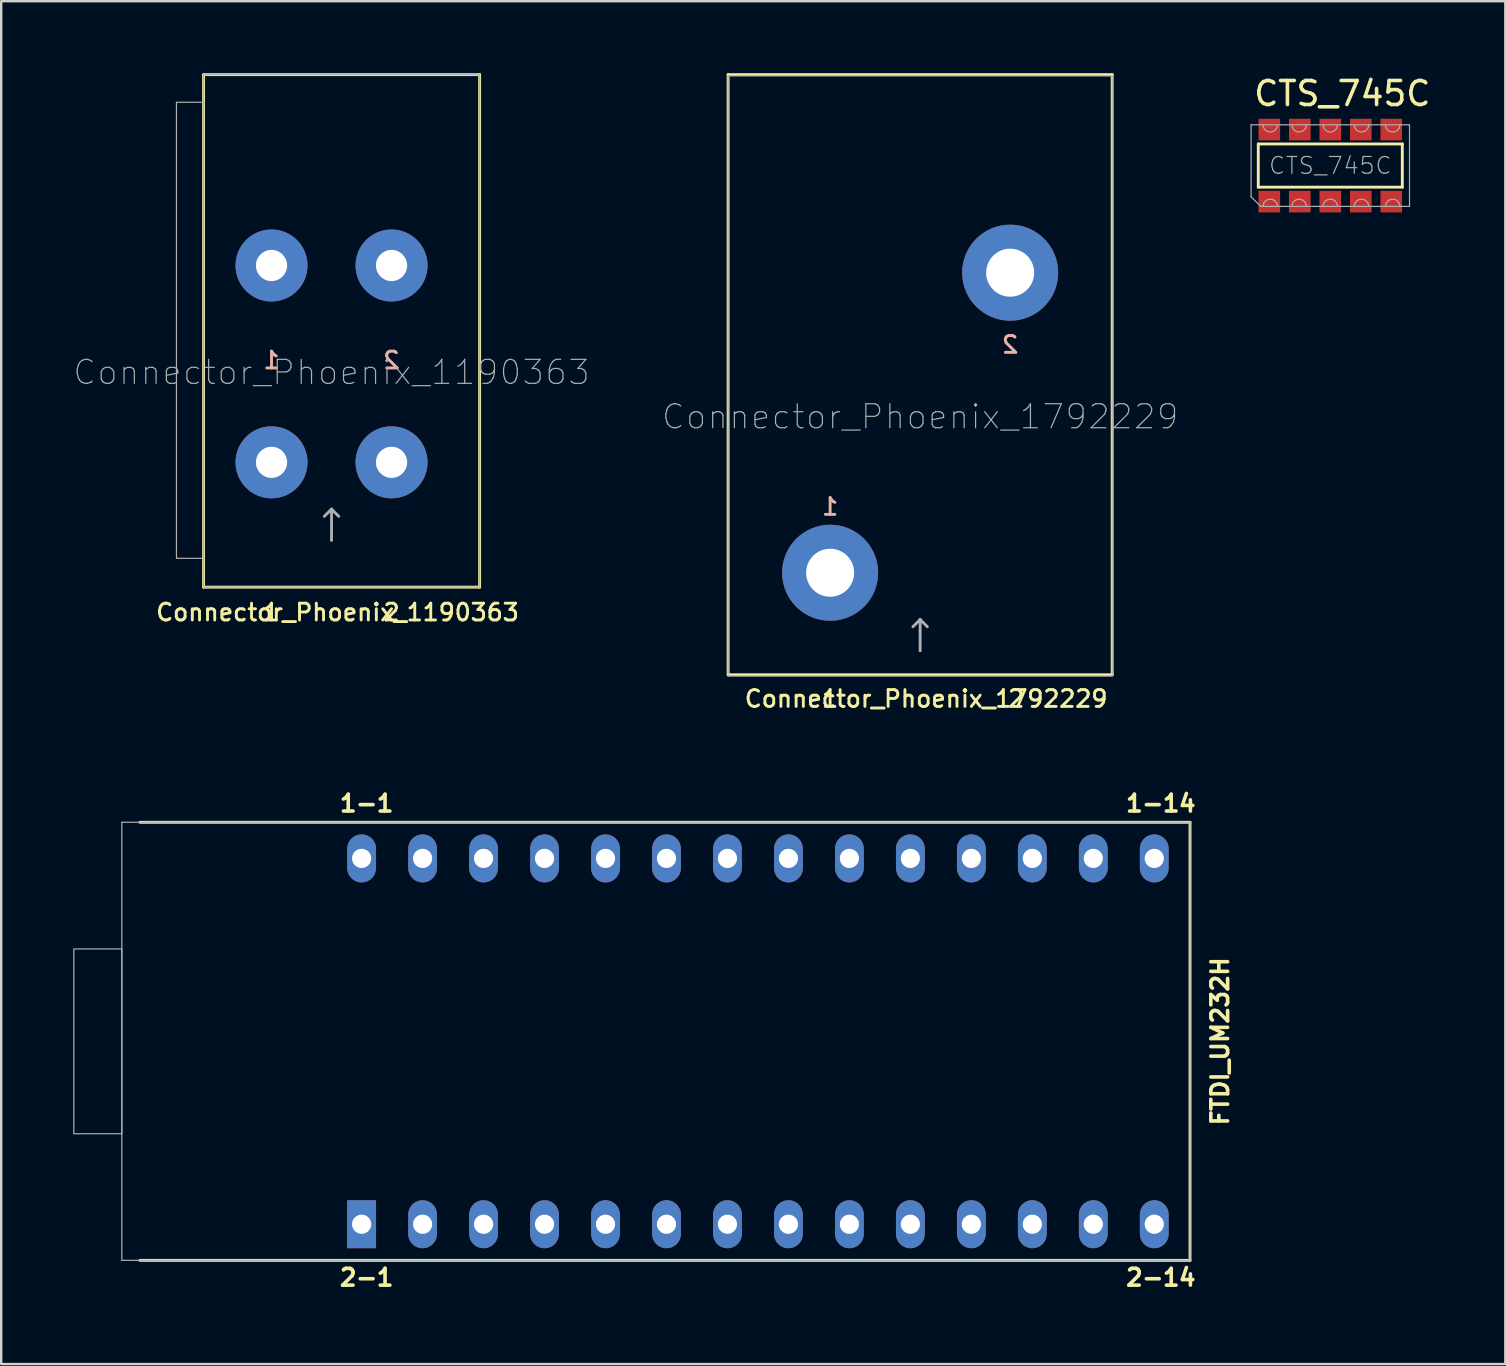
<source format=kicad_pcb>
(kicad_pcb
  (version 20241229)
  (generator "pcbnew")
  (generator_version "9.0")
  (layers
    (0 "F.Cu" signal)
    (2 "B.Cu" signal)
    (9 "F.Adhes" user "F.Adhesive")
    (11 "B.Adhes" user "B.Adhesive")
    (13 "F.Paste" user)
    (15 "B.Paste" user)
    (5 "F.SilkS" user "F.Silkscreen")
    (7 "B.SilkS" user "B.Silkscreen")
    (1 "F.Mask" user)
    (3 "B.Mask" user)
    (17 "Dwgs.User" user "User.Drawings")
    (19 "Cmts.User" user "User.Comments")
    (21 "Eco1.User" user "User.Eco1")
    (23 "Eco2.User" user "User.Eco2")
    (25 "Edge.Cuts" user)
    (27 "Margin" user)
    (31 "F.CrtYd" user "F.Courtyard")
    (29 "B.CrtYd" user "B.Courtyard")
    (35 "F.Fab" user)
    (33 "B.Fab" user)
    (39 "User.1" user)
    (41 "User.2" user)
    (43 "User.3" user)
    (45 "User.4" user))
  (footprint "Connector_Phoenix_1190363"
    (layer "F.Cu")
    (at 10.761 16.21)
    (property "Reference" "Connector_Phoenix_1190363" (at 0.25 6.25 0) (layer "F.SilkS") (effects (font (size 0.7 0.7) (thickness 0.12))))
    (attr through_hole)
    (fp_line (start -5.33 -16.15) (end 6.17 -16.15) (stroke (width 0.12) (type solid)) (layer "F.SilkS"))
    (fp_line (start -5.33 5.2) (end -5.33 -16.15) (stroke (width 0.12) (type solid)) (layer "F.SilkS"))
    (fp_line (start 6.17 -16.15) (end 6.17 5.2) (stroke (width 0.12) (type solid)) (layer "F.SilkS"))
    (fp_line (start 6.17 5.2) (end -5.33 5.2) (stroke (width 0.12) (type solid)) (layer "F.SilkS"))
    (fp_line (start -5.33 -16.15) (end 6.17 -16.15) (stroke (width 0.05) (type solid)) (layer "F.Fab"))
    (fp_line (start -5.33 5.2) (end -5.33 -16.15) (stroke (width 0.05) (type solid)) (layer "F.Fab"))
    (fp_line (start -5.33 5.2) (end 6.17 5.2) (stroke (width 0.05) (type solid)) (layer "F.Fab"))
    (fp_line (start 0 1.95) (end -0.3 2.25) (stroke (width 0.12) (type solid)) (layer "F.Fab"))
    (fp_line (start 0 1.95) (end 0.3 2.25) (stroke (width 0.12) (type solid)) (layer "F.Fab"))
    (fp_line (start 0 3.25) (end 0 1.95) (stroke (width 0.12) (type solid)) (layer "F.Fab"))
    (fp_line (start 6.17 5.2) (end 6.17 -16.15) (stroke (width 0.05) (type solid)) (layer "F.Fab"))
    (fp_rect (start -6.46 -15) (end -5.33 4) (stroke (width 0.05) (type default)) (fill no) (layer "F.Fab"))
    (fp_text user "1" (at -2.5 6.25 0) (layer "F.SilkS") (effects (font (size 0.7 0.7) (thickness 0.12))))
    (fp_text user "2" (at 2.5 6.25 0) (layer "F.SilkS") (effects (font (size 0.7 0.7) (thickness 0.12))))
    (fp_text user "1" (at -2.5 -4.25 0) (layer "B.SilkS") (effects (font (size 0.7 0.7) (thickness 0.12)) (justify mirror)))
    (fp_text user "2" (at 2.5 -4.25 0) (layer "B.SilkS") (effects (font (size 0.7 0.7) (thickness 0.12)) (justify mirror)))
    (fp_text user "${REFERENCE}" (at 0 -3.75 0) (layer "F.Fab") (effects (font (size 1 1) (thickness 0.05))))
    (pad "1" thru_hole circle (at -2.5 -8.2) (size 3 3) (drill 1.3) (layers "*.Cu" "*.Mask"))
    (pad "1" thru_hole circle (at -2.5 0) (size 3 3) (drill 1.3) (layers "*.Cu" "*.Mask"))
    (pad "2" thru_hole circle (at 2.5 -8.2) (size 3 3) (drill 1.3) (layers "*.Cu" "*.Mask"))
    (pad "2" thru_hole circle (at 2.5 0) (size 3 3) (drill 1.3) (layers "*.Cu" "*.Mask")))
  (footprint "Connector_Phoenix_1792229"
    (layer "F.Cu")
    (at 35.282 20.81)
    (property "Reference" "Connector_Phoenix_1792229" (at 0.25 5.25 0) (layer "F.SilkS") (effects (font (size 0.7 0.7) (thickness 0.12))))
    (attr through_hole)
    (fp_line (start -8 -20.75) (end 8 -20.75) (stroke (width 0.12) (type solid)) (layer "F.SilkS"))
    (fp_line (start -8 4.25) (end -8 -20.75) (stroke (width 0.12) (type solid)) (layer "F.SilkS"))
    (fp_line (start 8 -20.75) (end 8 4.25) (stroke (width 0.12) (type solid)) (layer "F.SilkS"))
    (fp_line (start 8 4.25) (end -8 4.25) (stroke (width 0.12) (type solid)) (layer "F.SilkS"))
    (fp_line (start -8 -20.7) (end 8 -20.7) (stroke (width 0.05) (type solid)) (layer "F.Fab"))
    (fp_line (start -8 4.3) (end -8 -20.7) (stroke (width 0.05) (type solid)) (layer "F.Fab"))
    (fp_line (start -8 4.3) (end 8 4.3) (stroke (width 0.05) (type solid)) (layer "F.Fab"))
    (fp_line (start 0 1.95) (end -0.3 2.25) (stroke (width 0.12) (type solid)) (layer "F.Fab"))
    (fp_line (start 0 1.95) (end 0.3 2.25) (stroke (width 0.12) (type solid)) (layer "F.Fab"))
    (fp_line (start 0 3.25) (end 0 1.95) (stroke (width 0.12) (type solid)) (layer "F.Fab"))
    (fp_line (start 8 4.3) (end 8 -20.7) (stroke (width 0.05) (type solid)) (layer "F.Fab"))
    (fp_text user "1" (at -3.75 5.25 0) (layer "F.SilkS") (effects (font (size 0.7 0.7) (thickness 0.12))))
    (fp_text user "2" (at 4 5.25 0) (layer "F.SilkS") (effects (font (size 0.7 0.7) (thickness 0.12))))
    (fp_text user "1" (at -3.75 -2.75 0) (layer "B.SilkS") (effects (font (size 0.7 0.7) (thickness 0.12)) (justify mirror)))
    (fp_text user "2" (at 3.75 -9.5 0) (layer "B.SilkS") (effects (font (size 0.7 0.7) (thickness 0.12)) (justify mirror)))
    (fp_text user "${REFERENCE}" (at 0 -6.5 0) (layer "F.Fab") (effects (font (size 1 1) (thickness 0.05))))
    (pad "1" thru_hole circle (at -3.75 0) (size 4 4) (drill 2) (layers "*.Cu" "*.Mask"))
    (pad "2" thru_hole circle (at 3.75 -12.5) (size 4 4) (drill 2) (layers "*.Cu" "*.Mask")))
  (footprint "FTDI_UM232H"
    (layer "F.Cu")
    (at 28.525 40.33)
    (property "Reference" "FTDI_UM232H" (at 19.25 0 90) (layer "F.SilkS") (effects (font (size 0.7 0.7) (thickness 0.15))))
    (fp_line (start -25.75 9.125) (end 18 9.125) (stroke (width 0.12) (type default)) (layer "F.SilkS"))
    (fp_line (start 18 -9.125) (end -25.75 -9.125) (stroke (width 0.12) (type default)) (layer "F.SilkS"))
    (fp_line (start 18 9.125) (end 18 -9.125) (stroke (width 0.12) (type default)) (layer "F.SilkS"))
    (fp_line (start -26.5 -9.125) (end -26.5 9.125) (stroke (width 0.05) (type default)) (layer "F.Fab"))
    (fp_line (start -26.5 9.125) (end 18 9.125) (stroke (width 0.05) (type default)) (layer "F.Fab"))
    (fp_line (start 18 -9.125) (end -26.5 -9.125) (stroke (width 0.05) (type default)) (layer "F.Fab"))
    (fp_line (start 18 9.125) (end 18 -9.125) (stroke (width 0.05) (type default)) (layer "F.Fab"))
    (fp_rect (start -28.5 -3.85) (end -26.5 3.85) (stroke (width 0.05) (type default)) (fill no) (layer "F.Fab"))
    (fp_text user "1-1" (at -17.5 -9.5 0) (unlocked yes) (layer "F.SilkS") (effects (font (size 0.7 0.7) (thickness 0.15) (bold yes)) (justify left bottom)))
    (fp_text user "1-14" (at 15.25 -9.5 0) (unlocked yes) (layer "F.SilkS") (effects (font (size 0.7 0.7) (thickness 0.15) (bold yes)) (justify left bottom)))
    (fp_text user "2-1" (at -17.5 10.25 0) (unlocked yes) (layer "F.SilkS") (effects (font (size 0.7 0.7) (thickness 0.15) (bold yes)) (justify left bottom)))
    (fp_text user "2-14" (at 15.25 10.25 0) (unlocked yes) (layer "F.SilkS") (effects (font (size 0.7 0.7) (thickness 0.15) (bold yes)) (justify left bottom)))
    (pad "1-1" thru_hole oval (at -16.51 -7.62) (size 1.2 2) (drill 0.8) (layers "*.Cu" "*.Mask"))
    (pad "1-2" thru_hole oval (at -13.97 -7.62) (size 1.2 2) (drill 0.8) (layers "*.Cu" "*.Mask"))
    (pad "1-3" thru_hole oval (at -11.43 -7.62) (size 1.2 2) (drill 0.8) (layers "*.Cu" "*.Mask"))
    (pad "1-4" thru_hole oval (at -8.89 -7.62) (size 1.2 2) (drill 0.8) (layers "*.Cu" "*.Mask"))
    (pad "1-5" thru_hole oval (at -6.35 -7.62) (size 1.2 2) (drill 0.8) (layers "*.Cu" "*.Mask"))
    (pad "1-6" thru_hole oval (at -3.81 -7.62) (size 1.2 2) (drill 0.8) (layers "*.Cu" "*.Mask"))
    (pad "1-7" thru_hole oval (at -1.27 -7.62) (size 1.2 2) (drill 0.8) (layers "*.Cu" "*.Mask"))
    (pad "1-8" thru_hole oval (at 1.27 -7.62) (size 1.2 2) (drill 0.8) (layers "*.Cu" "*.Mask"))
    (pad "1-9" thru_hole oval (at 3.81 -7.62) (size 1.2 2) (drill 0.8) (layers "*.Cu" "*.Mask"))
    (pad "1-10" thru_hole oval (at 6.35 -7.62) (size 1.2 2) (drill 0.8) (layers "*.Cu" "*.Mask"))
    (pad "1-11" thru_hole oval (at 8.89 -7.62) (size 1.2 2) (drill 0.8) (layers "*.Cu" "*.Mask"))
    (pad "1-12" thru_hole oval (at 11.43 -7.62) (size 1.2 2) (drill 0.8) (layers "*.Cu" "*.Mask"))
    (pad "1-13" thru_hole oval (at 13.97 -7.62) (size 1.2 2) (drill 0.8) (layers "*.Cu" "*.Mask"))
    (pad "1-14" thru_hole oval (at 16.51 -7.62) (size 1.2 2) (drill 0.8) (layers "*.Cu" "*.Mask"))
    (pad "2-1" thru_hole rect (at -16.51 7.62) (size 1.2 2) (drill 0.8) (layers "*.Cu" "*.Mask"))
    (pad "2-2" thru_hole oval (at -13.97 7.62) (size 1.2 2) (drill 0.8) (layers "*.Cu" "*.Mask"))
    (pad "2-3" thru_hole oval (at -11.43 7.62) (size 1.2 2) (drill 0.8) (layers "*.Cu" "*.Mask"))
    (pad "2-4" thru_hole oval (at -8.89 7.62) (size 1.2 2) (drill 0.8) (layers "*.Cu" "*.Mask"))
    (pad "2-5" thru_hole oval (at -6.35 7.62) (size 1.2 2) (drill 0.8) (layers "*.Cu" "*.Mask"))
    (pad "2-6" thru_hole oval (at -3.81 7.62) (size 1.2 2) (drill 0.8) (layers "*.Cu" "*.Mask"))
    (pad "2-7" thru_hole oval (at -1.27 7.62) (size 1.2 2) (drill 0.8) (layers "*.Cu" "*.Mask"))
    (pad "2-8" thru_hole oval (at 1.27 7.62) (size 1.2 2) (drill 0.8) (layers "*.Cu" "*.Mask"))
    (pad "2-9" thru_hole oval (at 3.81 7.62) (size 1.2 2) (drill 0.8) (layers "*.Cu" "*.Mask"))
    (pad "2-10" thru_hole oval (at 6.35 7.62) (size 1.2 2) (drill 0.8) (layers "*.Cu" "*.Mask"))
    (pad "2-11" thru_hole oval (at 8.89 7.62) (size 1.2 2) (drill 0.8) (layers "*.Cu" "*.Mask"))
    (pad "2-12" thru_hole oval (at 11.43 7.62) (size 1.2 2) (drill 0.8) (layers "*.Cu" "*.Mask"))
    (pad "2-13" thru_hole oval (at 13.97 7.62) (size 1.2 2) (drill 0.8) (layers "*.Cu" "*.Mask"))
    (pad "2-14" thru_hole oval (at 16.51 7.62) (size 1.2 2) (drill 0.8) (layers "*.Cu" "*.Mask")))
  (footprint "CTS_745C"
    (layer "F.Cu")
    (at 52.368 3.848)
    (property "Reference" "CTS_745C" (at 0.5 -3 0) (layer "F.SilkS") (effects (font (size 1 1) (thickness 0.15))))
    (attr smd)
    (fp_line (start -3 -0.9) (end -3 0.9) (stroke (width 0.12) (type solid)) (layer "F.SilkS"))
    (fp_line (start -3 -0.9) (end 3 -0.9) (stroke (width 0.12) (type solid)) (layer "F.SilkS"))
    (fp_line (start -3 0.9) (end 3 0.9) (stroke (width 0.12) (type solid)) (layer "F.SilkS"))
    (fp_line (start 3 -0.9) (end 3 0.9) (stroke (width 0.12) (type solid)) (layer "F.SilkS"))
    (fp_line (start -3.3 -1.7) (end -3.3 1.3) (stroke (width 0.05) (type solid)) (layer "F.Fab"))
    (fp_line (start -2.9 1.7) (end -3.3 1.3) (stroke (width 0.05) (type solid)) (layer "F.Fab"))
    (fp_line (start -2.9 1.7) (end 3.3 1.7) (stroke (width 0.05) (type solid)) (layer "F.Fab"))
    (fp_line (start 3.3 -1.7) (end -3.3 -1.7) (stroke (width 0.05) (type solid)) (layer "F.Fab"))
    (fp_line (start 3.3 1.7) (end 3.3 -1.7) (stroke (width 0.05) (type solid)) (layer "F.Fab"))
    (fp_arc (start -2.8 1.7) (mid -2.5 1.4) (end -2.2 1.7) (stroke (width 0.05) (type solid)) (layer "F.Fab"))
    (fp_arc (start -2.2 -1.7) (mid -2.5 -1.4) (end -2.8 -1.7) (stroke (width 0.05) (type solid)) (layer "F.Fab"))
    (fp_arc (start -1.6 1.7) (mid -1.3 1.4) (end -1 1.7) (stroke (width 0.05) (type solid)) (layer "F.Fab"))
    (fp_arc (start -1 -1.7) (mid -1.3 -1.4) (end -1.6 -1.7) (stroke (width 0.05) (type solid)) (layer "F.Fab"))
    (fp_arc (start -0.3 1.7) (mid 0 1.4) (end 0.3 1.7) (stroke (width 0.05) (type solid)) (layer "F.Fab"))
    (fp_arc (start 0.3 -1.7) (mid 0 -1.4) (end -0.3 -1.7) (stroke (width 0.05) (type solid)) (layer "F.Fab"))
    (fp_arc (start 1 1.7) (mid 1.3 1.4) (end 1.6 1.7) (stroke (width 0.05) (type solid)) (layer "F.Fab"))
    (fp_arc (start 1.6 -1.7) (mid 1.3 -1.4) (end 1 -1.7) (stroke (width 0.05) (type solid)) (layer "F.Fab"))
    (fp_arc (start 2.3 1.7) (mid 2.6 1.4) (end 2.9 1.7) (stroke (width 0.05) (type solid)) (layer "F.Fab"))
    (fp_arc (start 2.9 -1.7) (mid 2.6 -1.4) (end 2.3 -1.7) (stroke (width 0.05) (type solid)) (layer "F.Fab"))
    (fp_text user "${REFERENCE}" (at 0 0 0) (layer "F.Fab") (effects (font (size 0.7 0.7) (thickness 0.05))))
    (pad "1" smd rect (at -2.54 1.5) (size 0.9 0.9) (layers "F.Cu" "F.Mask" "F.Paste"))
    (pad "2" smd rect (at -1.27 1.5) (size 0.9 0.9) (layers "F.Cu" "F.Mask" "F.Paste"))
    (pad "3" smd rect (at 0 1.5) (size 0.9 0.9) (layers "F.Cu" "F.Mask" "F.Paste"))
    (pad "4" smd rect (at 1.27 1.5) (size 0.9 0.9) (layers "F.Cu" "F.Mask" "F.Paste"))
    (pad "5" smd rect (at 2.54 1.5) (size 0.9 0.9) (layers "F.Cu" "F.Mask" "F.Paste"))
    (pad "6" smd rect (at 2.54 -1.5) (size 0.9 0.9) (layers "F.Cu" "F.Mask" "F.Paste"))
    (pad "7" smd rect (at 1.27 -1.5) (size 0.9 0.9) (layers "F.Cu" "F.Mask" "F.Paste"))
    (pad "8" smd rect (at 0 -1.5) (size 0.9 0.9) (layers "F.Cu" "F.Mask" "F.Paste"))
    (pad "9" smd rect (at -1.27 -1.5) (size 0.9 0.9) (layers "F.Cu" "F.Mask" "F.Paste"))
    (pad "10" smd rect (at -2.54 -1.5) (size 0.9 0.9) (layers "F.Cu" "F.Mask" "F.Paste")))
  (gr_rect
    (start -3 -3)
    (end 59.66 53.776)
    (stroke (width 0.1) (type default))
    (fill no)
    (layer "Edge.Cuts")))
</source>
